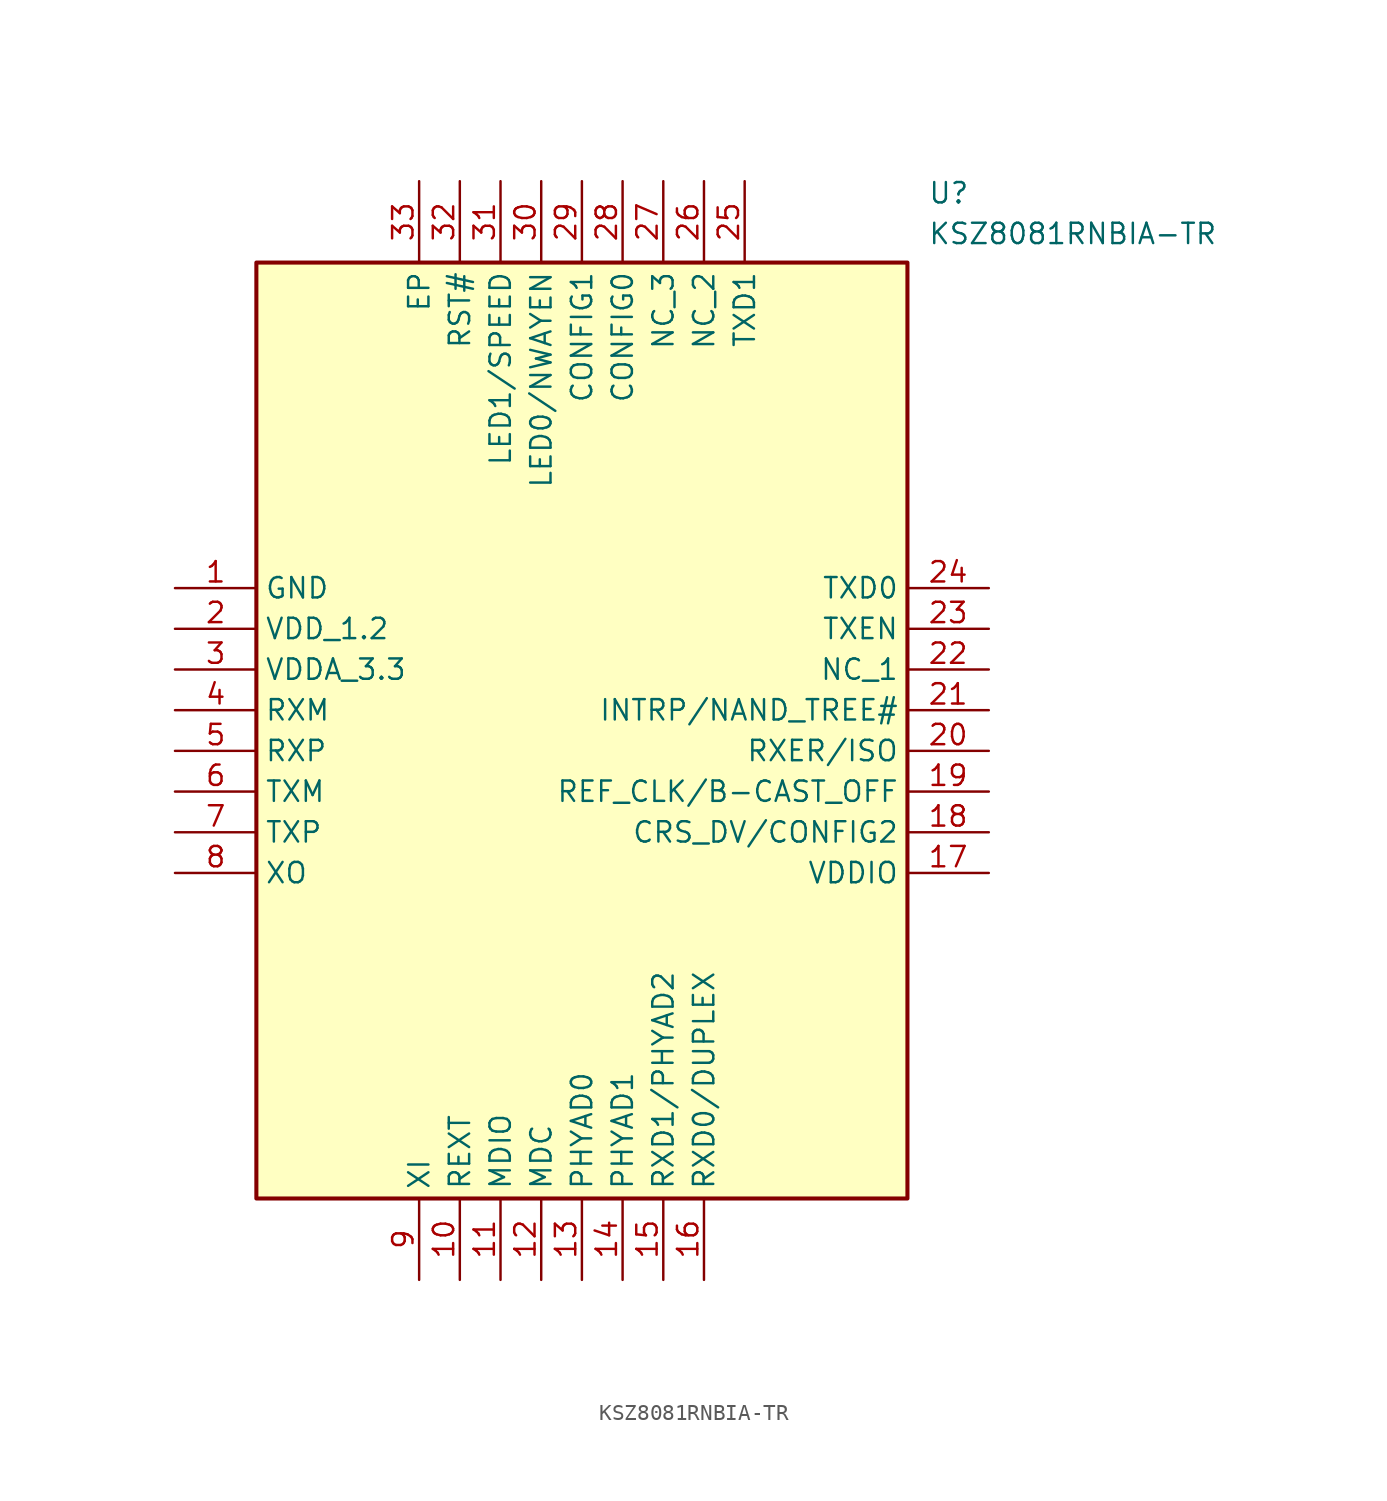
<source format=kicad_sym>
(kicad_symbol_lib
  (version 20241209)
  (generator "kicad_symbol_editor")
  (generator_version "9.0")
  (symbol "KSZ8081RNBIA-TR"
    (property "Reference" "U"
      (at 46.99 25.4 0)
      (effects (font (size 1.27 1.27)) (justify left top)))
    (property "Value" "KSZ8081RNBIA-TR"
      (at 46.99 22.86 0)
      (effects (font (size 1.27 1.27)) (justify left top)))
    (symbol "KSZ8081RNBIA-TR_1_1"
      (rectangle (start 5.08 20.32) (end 45.72 -38.1) (stroke (width 0.254) (type default)) (fill (type background)))
      (pin power_in line (at 0 0 0) (length 5.08) (name "GND" (effects (font (size 1.27 1.27)))) (number "1" (effects (font (size 1.27 1.27)))))
      (pin power_in line (at 0 -2.54 0) (length 5.08) (name "VDD_1.2" (effects (font (size 1.27 1.27)))) (number "2" (effects (font (size 1.27 1.27)))))
      (pin power_in line (at 0 -5.08 0) (length 5.08) (name "VDDA_3.3" (effects (font (size 1.27 1.27)))) (number "3" (effects (font (size 1.27 1.27)))))
      (pin passive line (at 0 -7.62 0) (length 5.08) (name "RXM" (effects (font (size 1.27 1.27)))) (number "4" (effects (font (size 1.27 1.27)))))
      (pin passive line (at 0 -10.16 0) (length 5.08) (name "RXP" (effects (font (size 1.27 1.27)))) (number "5" (effects (font (size 1.27 1.27)))))
      (pin passive line (at 0 -12.7 0) (length 5.08) (name "TXM" (effects (font (size 1.27 1.27)))) (number "6" (effects (font (size 1.27 1.27)))))
      (pin passive line (at 0 -15.24 0) (length 5.08) (name "TXP" (effects (font (size 1.27 1.27)))) (number "7" (effects (font (size 1.27 1.27)))))
      (pin passive line (at 0 -17.78 0) (length 5.08) (name "XO" (effects (font (size 1.27 1.27)))) (number "8" (effects (font (size 1.27 1.27)))))
      (pin passive line (at 15.24 25.4 270) (length 5.08) (name "EP" (effects (font (size 1.27 1.27)))) (number "33" (effects (font (size 1.27 1.27)))))
      (pin passive line (at 15.24 -43.18 90) (length 5.08) (name "XI" (effects (font (size 1.27 1.27)))) (number "9" (effects (font (size 1.27 1.27)))))
      (pin input line (at 17.78 25.4 270) (length 5.08) (name "RST#" (effects (font (size 1.27 1.27)))) (number "32" (effects (font (size 1.27 1.27)))))
      (pin passive line (at 17.78 -43.18 90) (length 5.08) (name "REXT" (effects (font (size 1.27 1.27)))) (number "10" (effects (font (size 1.27 1.27)))))
      (pin passive line (at 20.32 25.4 270) (length 5.08) (name "LED1/SPEED" (effects (font (size 1.27 1.27)))) (number "31" (effects (font (size 1.27 1.27)))))
      (pin bidirectional line (at 20.32 -43.18 90) (length 5.08) (name "MDIO" (effects (font (size 1.27 1.27)))) (number "11" (effects (font (size 1.27 1.27)))))
      (pin passive line (at 22.86 25.4 270) (length 5.08) (name "LED0/NWAYEN" (effects (font (size 1.27 1.27)))) (number "30" (effects (font (size 1.27 1.27)))))
      (pin passive line (at 22.86 -43.18 90) (length 5.08) (name "MDC" (effects (font (size 1.27 1.27)))) (number "12" (effects (font (size 1.27 1.27)))))
      (pin passive line (at 25.4 25.4 270) (length 5.08) (name "CONFIG1" (effects (font (size 1.27 1.27)))) (number "29" (effects (font (size 1.27 1.27)))))
      (pin passive line (at 25.4 -43.18 90) (length 5.08) (name "PHYAD0" (effects (font (size 1.27 1.27)))) (number "13" (effects (font (size 1.27 1.27)))))
      (pin passive line (at 27.94 25.4 270) (length 5.08) (name "CONFIG0" (effects (font (size 1.27 1.27)))) (number "28" (effects (font (size 1.27 1.27)))))
      (pin passive line (at 27.94 -43.18 90) (length 5.08) (name "PHYAD1" (effects (font (size 1.27 1.27)))) (number "14" (effects (font (size 1.27 1.27)))))
      (pin passive line (at 30.48 25.4 270) (length 5.08) (name "NC_3" (effects (font (size 1.27 1.27)))) (number "27" (effects (font (size 1.27 1.27)))))
      (pin passive line (at 30.48 -43.18 90) (length 5.08) (name "RXD1/PHYAD2" (effects (font (size 1.27 1.27)))) (number "15" (effects (font (size 1.27 1.27)))))
      (pin passive line (at 33.02 25.4 270) (length 5.08) (name "NC_2" (effects (font (size 1.27 1.27)))) (number "26" (effects (font (size 1.27 1.27)))))
      (pin passive line (at 33.02 -43.18 90) (length 5.08) (name "RXD0/DUPLEX" (effects (font (size 1.27 1.27)))) (number "16" (effects (font (size 1.27 1.27)))))
      (pin passive line (at 35.56 25.4 270) (length 5.08) (name "TXD1" (effects (font (size 1.27 1.27)))) (number "25" (effects (font (size 1.27 1.27)))))
      (pin passive line (at 50.8 0 180) (length 5.08) (name "TXD0" (effects (font (size 1.27 1.27)))) (number "24" (effects (font (size 1.27 1.27)))))
      (pin passive line (at 50.8 -2.54 180) (length 5.08) (name "TXEN" (effects (font (size 1.27 1.27)))) (number "23" (effects (font (size 1.27 1.27)))))
      (pin passive line (at 50.8 -5.08 180) (length 5.08) (name "NC_1" (effects (font (size 1.27 1.27)))) (number "22" (effects (font (size 1.27 1.27)))))
      (pin input line (at 50.8 -7.62 180) (length 5.08) (name "INTRP/NAND_TREE#" (effects (font (size 1.27 1.27)))) (number "21" (effects (font (size 1.27 1.27)))))
      (pin passive line (at 50.8 -10.16 180) (length 5.08) (name "RXER/ISO" (effects (font (size 1.27 1.27)))) (number "20" (effects (font (size 1.27 1.27)))))
      (pin input line (at 50.8 -12.7 180) (length 5.08) (name "REF_CLK/B-CAST_OFF" (effects (font (size 1.27 1.27)))) (number "19" (effects (font (size 1.27 1.27)))))
      (pin passive line (at 50.8 -15.24 180) (length 5.08) (name "CRS_DV/CONFIG2" (effects (font (size 1.27 1.27)))) (number "18" (effects (font (size 1.27 1.27)))))
      (pin power_in line (at 50.8 -17.78 180) (length 5.08) (name "VDDIO" (effects (font (size 1.27 1.27)))) (number "17" (effects (font (size 1.27 1.27))))))))
</source>
